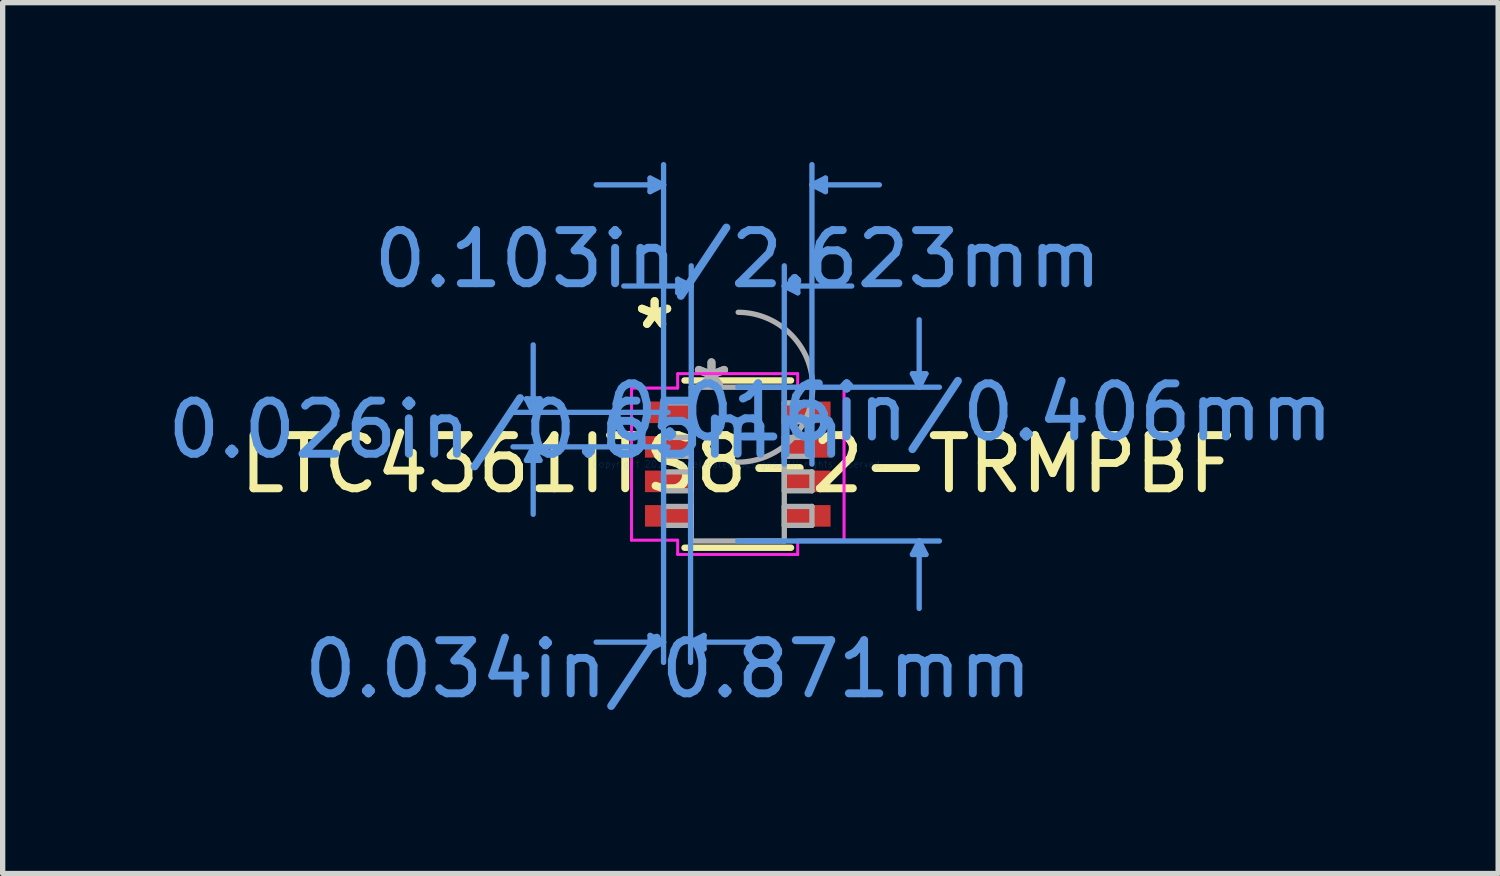
<source format=kicad_pcb>
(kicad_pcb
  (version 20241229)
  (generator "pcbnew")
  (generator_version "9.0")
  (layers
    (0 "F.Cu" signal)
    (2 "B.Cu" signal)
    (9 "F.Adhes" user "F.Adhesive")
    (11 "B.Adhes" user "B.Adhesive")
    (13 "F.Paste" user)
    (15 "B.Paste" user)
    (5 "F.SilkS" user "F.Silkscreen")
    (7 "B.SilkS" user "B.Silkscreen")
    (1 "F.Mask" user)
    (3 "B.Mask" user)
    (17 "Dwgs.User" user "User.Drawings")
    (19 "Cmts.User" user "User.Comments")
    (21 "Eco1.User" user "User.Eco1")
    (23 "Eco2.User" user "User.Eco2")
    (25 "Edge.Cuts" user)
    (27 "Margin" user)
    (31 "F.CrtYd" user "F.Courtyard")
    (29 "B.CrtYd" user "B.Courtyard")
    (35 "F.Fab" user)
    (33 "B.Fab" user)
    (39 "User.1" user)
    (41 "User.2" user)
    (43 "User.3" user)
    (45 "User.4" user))
  (footprint "LTC4361ITS8-2-TRMPBF"
    (layer "F.Cu")
    (at 10.842 5.689)
    (property "Reference" "LTC4361ITS8-2-TRMPBF" (at 0 0 0) (layer "F.SilkS") (effects (font (size 1 1) (thickness 0.15))))
    (attr through_hole)
    (fp_line (start -1.003 1.575) (end 1.003 1.575) (stroke (width 0.12) (type solid)) (layer "F.SilkS"))
    (fp_line (start 1.003 -1.575) (end -1.003 -1.575) (stroke (width 0.12) (type solid)) (layer "F.SilkS"))
    (fp_line (start -3.979 -1.229) (end -3.725 -1.229) (stroke (width 0.1) (type solid)) (layer "Cmts.User"))
    (fp_line (start -3.979 -0.071) (end -3.725 -0.071) (stroke (width 0.1) (type solid)) (layer "Cmts.User"))
    (fp_line (start -3.852 -0.975) (end -3.979 -1.229) (stroke (width 0.1) (type solid)) (layer "Cmts.User"))
    (fp_line (start -3.852 -0.975) (end -3.852 -2.245) (stroke (width 0.1) (type solid)) (layer "Cmts.User"))
    (fp_line (start -3.852 -0.975) (end -3.725 -1.229) (stroke (width 0.1) (type solid)) (layer "Cmts.User"))
    (fp_line (start -3.852 -0.325) (end -3.979 -0.071) (stroke (width 0.1) (type solid)) (layer "Cmts.User"))
    (fp_line (start -3.852 -0.325) (end -3.852 0.945) (stroke (width 0.1) (type solid)) (layer "Cmts.User"))
    (fp_line (start -3.852 -0.325) (end -3.725 -0.071) (stroke (width 0.1) (type solid)) (layer "Cmts.User"))
    (fp_line (start -1.651 -5.385) (end -1.651 -5.131) (stroke (width 0.1) (type solid)) (layer "Cmts.User"))
    (fp_line (start -1.651 3.226) (end -1.651 3.48) (stroke (width 0.1) (type solid)) (layer "Cmts.User"))
    (fp_line (start -1.397 -5.258) (end -2.667 -5.258) (stroke (width 0.1) (type solid)) (layer "Cmts.User"))
    (fp_line (start -1.397 -5.258) (end -1.651 -5.385) (stroke (width 0.1) (type solid)) (layer "Cmts.User"))
    (fp_line (start -1.397 -5.258) (end -1.651 -5.131) (stroke (width 0.1) (type solid)) (layer "Cmts.User"))
    (fp_line (start -1.397 0) (end -1.397 -5.639) (stroke (width 0.1) (type solid)) (layer "Cmts.User"))
    (fp_line (start -1.397 0) (end -1.397 3.734) (stroke (width 0.1) (type solid)) (layer "Cmts.User"))
    (fp_line (start -1.397 3.353) (end -2.667 3.353) (stroke (width 0.1) (type solid)) (layer "Cmts.User"))
    (fp_line (start -1.397 3.353) (end -1.651 3.226) (stroke (width 0.1) (type solid)) (layer "Cmts.User"))
    (fp_line (start -1.397 3.353) (end -1.651 3.48) (stroke (width 0.1) (type solid)) (layer "Cmts.User"))
    (fp_line (start -1.312 -0.975) (end -4.233 -0.975) (stroke (width 0.1) (type solid)) (layer "Cmts.User"))
    (fp_line (start -1.312 -0.325) (end -4.233 -0.325) (stroke (width 0.1) (type solid)) (layer "Cmts.User"))
    (fp_line (start -1.13 -3.48) (end -1.13 -3.226) (stroke (width 0.1) (type solid)) (layer "Cmts.User"))
    (fp_line (start -0.889 0) (end -0.889 3.734) (stroke (width 0.1) (type solid)) (layer "Cmts.User"))
    (fp_line (start -0.889 3.353) (end -0.635 3.226) (stroke (width 0.1) (type solid)) (layer "Cmts.User"))
    (fp_line (start -0.889 3.353) (end -0.635 3.48) (stroke (width 0.1) (type solid)) (layer "Cmts.User"))
    (fp_line (start -0.889 3.353) (end 0.381 3.353) (stroke (width 0.1) (type solid)) (layer "Cmts.User"))
    (fp_line (start -0.876 -3.353) (end -2.146 -3.353) (stroke (width 0.1) (type solid)) (layer "Cmts.User"))
    (fp_line (start -0.876 -3.353) (end -1.13 -3.48) (stroke (width 0.1) (type solid)) (layer "Cmts.User"))
    (fp_line (start -0.876 -3.353) (end -1.13 -3.226) (stroke (width 0.1) (type solid)) (layer "Cmts.User"))
    (fp_line (start -0.876 0) (end -0.876 -3.734) (stroke (width 0.1) (type solid)) (layer "Cmts.User"))
    (fp_line (start -0.635 3.226) (end -0.635 3.48) (stroke (width 0.1) (type solid)) (layer "Cmts.User"))
    (fp_line (start 0 -1.448) (end 3.797 -1.448) (stroke (width 0.1) (type solid)) (layer "Cmts.User"))
    (fp_line (start 0 1.448) (end 3.797 1.448) (stroke (width 0.1) (type solid)) (layer "Cmts.User"))
    (fp_line (start 0.876 -3.353) (end 1.13 -3.48) (stroke (width 0.1) (type solid)) (layer "Cmts.User"))
    (fp_line (start 0.876 -3.353) (end 1.13 -3.226) (stroke (width 0.1) (type solid)) (layer "Cmts.User"))
    (fp_line (start 0.876 -3.353) (end 2.146 -3.353) (stroke (width 0.1) (type solid)) (layer "Cmts.User"))
    (fp_line (start 0.876 0) (end 0.876 -3.734) (stroke (width 0.1) (type solid)) (layer "Cmts.User"))
    (fp_line (start 1.13 -3.48) (end 1.13 -3.226) (stroke (width 0.1) (type solid)) (layer "Cmts.User"))
    (fp_line (start 1.397 -5.258) (end 1.651 -5.385) (stroke (width 0.1) (type solid)) (layer "Cmts.User"))
    (fp_line (start 1.397 -5.258) (end 1.651 -5.131) (stroke (width 0.1) (type solid)) (layer "Cmts.User"))
    (fp_line (start 1.397 -5.258) (end 2.667 -5.258) (stroke (width 0.1) (type solid)) (layer "Cmts.User"))
    (fp_line (start 1.397 0) (end 1.397 -5.639) (stroke (width 0.1) (type solid)) (layer "Cmts.User"))
    (fp_line (start 1.651 -5.385) (end 1.651 -5.131) (stroke (width 0.1) (type solid)) (layer "Cmts.User"))
    (fp_line (start 3.289 -1.702) (end 3.543 -1.702) (stroke (width 0.1) (type solid)) (layer "Cmts.User"))
    (fp_line (start 3.289 1.702) (end 3.543 1.702) (stroke (width 0.1) (type solid)) (layer "Cmts.User"))
    (fp_line (start 3.416 -1.448) (end 3.289 -1.702) (stroke (width 0.1) (type solid)) (layer "Cmts.User"))
    (fp_line (start 3.416 -1.448) (end 3.416 -2.718) (stroke (width 0.1) (type solid)) (layer "Cmts.User"))
    (fp_line (start 3.416 -1.448) (end 3.543 -1.702) (stroke (width 0.1) (type solid)) (layer "Cmts.User"))
    (fp_line (start 3.416 1.448) (end 3.289 1.702) (stroke (width 0.1) (type solid)) (layer "Cmts.User"))
    (fp_line (start 3.416 1.448) (end 3.416 2.718) (stroke (width 0.1) (type solid)) (layer "Cmts.User"))
    (fp_line (start 3.416 1.448) (end 3.543 1.702) (stroke (width 0.1) (type solid)) (layer "Cmts.User"))
    (fp_line (start -2.001 -1.432) (end -1.13 -1.432) (stroke (width 0.05) (type solid)) (layer "F.CrtYd"))
    (fp_line (start -2.001 -1.432) (end -1.13 -1.432) (stroke (width 0.05) (type solid)) (layer "F.CrtYd"))
    (fp_line (start -2.001 1.432) (end -2.001 -1.432) (stroke (width 0.05) (type solid)) (layer "F.CrtYd"))
    (fp_line (start -2.001 1.432) (end -2.001 -1.432) (stroke (width 0.05) (type solid)) (layer "F.CrtYd"))
    (fp_line (start -2.001 1.432) (end -1.13 1.432) (stroke (width 0.05) (type solid)) (layer "F.CrtYd"))
    (fp_line (start -1.13 -1.702) (end 1.13 -1.702) (stroke (width 0.05) (type solid)) (layer "F.CrtYd"))
    (fp_line (start -1.13 -1.702) (end 1.13 -1.702) (stroke (width 0.05) (type solid)) (layer "F.CrtYd"))
    (fp_line (start -1.13 -1.432) (end -1.13 -1.702) (stroke (width 0.05) (type solid)) (layer "F.CrtYd"))
    (fp_line (start -1.13 -1.432) (end -1.13 -1.702) (stroke (width 0.05) (type solid)) (layer "F.CrtYd"))
    (fp_line (start -1.13 1.432) (end -2.001 1.432) (stroke (width 0.05) (type solid)) (layer "F.CrtYd"))
    (fp_line (start -1.13 1.702) (end -1.13 1.432) (stroke (width 0.05) (type solid)) (layer "F.CrtYd"))
    (fp_line (start -1.13 1.702) (end -1.13 1.432) (stroke (width 0.05) (type solid)) (layer "F.CrtYd"))
    (fp_line (start 1.13 -1.702) (end 1.13 -1.432) (stroke (width 0.05) (type solid)) (layer "F.CrtYd"))
    (fp_line (start 1.13 -1.702) (end 1.13 -1.432) (stroke (width 0.05) (type solid)) (layer "F.CrtYd"))
    (fp_line (start 1.13 -1.432) (end 2.001 -1.432) (stroke (width 0.05) (type solid)) (layer "F.CrtYd"))
    (fp_line (start 1.13 1.432) (end 1.13 1.702) (stroke (width 0.05) (type solid)) (layer "F.CrtYd"))
    (fp_line (start 1.13 1.432) (end 1.13 1.702) (stroke (width 0.05) (type solid)) (layer "F.CrtYd"))
    (fp_line (start 1.13 1.702) (end -1.13 1.702) (stroke (width 0.05) (type solid)) (layer "F.CrtYd"))
    (fp_line (start 1.13 1.702) (end -1.13 1.702) (stroke (width 0.05) (type solid)) (layer "F.CrtYd"))
    (fp_line (start 2.001 -1.432) (end 1.13 -1.432) (stroke (width 0.05) (type solid)) (layer "F.CrtYd"))
    (fp_line (start 2.001 -1.432) (end 2.001 1.432) (stroke (width 0.05) (type solid)) (layer "F.CrtYd"))
    (fp_line (start 2.001 -1.432) (end 2.001 1.432) (stroke (width 0.05) (type solid)) (layer "F.CrtYd"))
    (fp_line (start 2.001 1.432) (end 1.13 1.432) (stroke (width 0.05) (type solid)) (layer "F.CrtYd"))
    (fp_line (start 2.001 1.432) (end 1.13 1.432) (stroke (width 0.05) (type solid)) (layer "F.CrtYd"))
    (fp_line (start -1.397 -1.153) (end -1.397 -0.797) (stroke (width 0.1) (type solid)) (layer "F.Fab"))
    (fp_line (start -1.397 -0.797) (end -0.876 -0.797) (stroke (width 0.1) (type solid)) (layer "F.Fab"))
    (fp_line (start -1.397 -0.503) (end -1.397 -0.147) (stroke (width 0.1) (type solid)) (layer "F.Fab"))
    (fp_line (start -1.397 -0.147) (end -0.876 -0.147) (stroke (width 0.1) (type solid)) (layer "F.Fab"))
    (fp_line (start -1.397 0.147) (end -1.397 0.503) (stroke (width 0.1) (type solid)) (layer "F.Fab"))
    (fp_line (start -1.397 0.503) (end -0.876 0.503) (stroke (width 0.1) (type solid)) (layer "F.Fab"))
    (fp_line (start -1.397 0.797) (end -1.397 1.153) (stroke (width 0.1) (type solid)) (layer "F.Fab"))
    (fp_line (start -1.397 1.153) (end -0.876 1.153) (stroke (width 0.1) (type solid)) (layer "F.Fab"))
    (fp_line (start -0.876 -1.448) (end -0.876 1.448) (stroke (width 0.1) (type solid)) (layer "F.Fab"))
    (fp_line (start -0.876 -1.153) (end -1.397 -1.153) (stroke (width 0.1) (type solid)) (layer "F.Fab"))
    (fp_line (start -0.876 -0.797) (end -0.876 -1.153) (stroke (width 0.1) (type solid)) (layer "F.Fab"))
    (fp_line (start -0.876 -0.503) (end -1.397 -0.503) (stroke (width 0.1) (type solid)) (layer "F.Fab"))
    (fp_line (start -0.876 -0.147) (end -0.876 -0.503) (stroke (width 0.1) (type solid)) (layer "F.Fab"))
    (fp_line (start -0.876 0.147) (end -1.397 0.147) (stroke (width 0.1) (type solid)) (layer "F.Fab"))
    (fp_line (start -0.876 0.503) (end -0.876 0.147) (stroke (width 0.1) (type solid)) (layer "F.Fab"))
    (fp_line (start -0.876 0.797) (end -1.397 0.797) (stroke (width 0.1) (type solid)) (layer "F.Fab"))
    (fp_line (start -0.876 1.153) (end -0.876 0.797) (stroke (width 0.1) (type solid)) (layer "F.Fab"))
    (fp_line (start -0.876 1.448) (end 0.876 1.448) (stroke (width 0.1) (type solid)) (layer "F.Fab"))
    (fp_line (start 0.876 -1.448) (end -0.876 -1.448) (stroke (width 0.1) (type solid)) (layer "F.Fab"))
    (fp_line (start 0.876 -1.153) (end 0.876 -0.797) (stroke (width 0.1) (type solid)) (layer "F.Fab"))
    (fp_line (start 0.876 -0.797) (end 1.397 -0.797) (stroke (width 0.1) (type solid)) (layer "F.Fab"))
    (fp_line (start 0.876 -0.503) (end 0.876 -0.147) (stroke (width 0.1) (type solid)) (layer "F.Fab"))
    (fp_line (start 0.876 -0.147) (end 1.397 -0.147) (stroke (width 0.1) (type solid)) (layer "F.Fab"))
    (fp_line (start 0.876 0.147) (end 0.876 0.503) (stroke (width 0.1) (type solid)) (layer "F.Fab"))
    (fp_line (start 0.876 0.503) (end 1.397 0.503) (stroke (width 0.1) (type solid)) (layer "F.Fab"))
    (fp_line (start 0.876 0.797) (end 0.876 1.153) (stroke (width 0.1) (type solid)) (layer "F.Fab"))
    (fp_line (start 0.876 1.153) (end 1.397 1.153) (stroke (width 0.1) (type solid)) (layer "F.Fab"))
    (fp_line (start 0.876 1.448) (end 0.876 -1.448) (stroke (width 0.1) (type solid)) (layer "F.Fab"))
    (fp_line (start 1.397 -1.153) (end 0.876 -1.153) (stroke (width 0.1) (type solid)) (layer "F.Fab"))
    (fp_line (start 1.397 -0.797) (end 1.397 -1.153) (stroke (width 0.1) (type solid)) (layer "F.Fab"))
    (fp_line (start 1.397 -0.503) (end 0.876 -0.503) (stroke (width 0.1) (type solid)) (layer "F.Fab"))
    (fp_line (start 1.397 -0.147) (end 1.397 -0.503) (stroke (width 0.1) (type solid)) (layer "F.Fab"))
    (fp_line (start 1.397 0.147) (end 0.876 0.147) (stroke (width 0.1) (type solid)) (layer "F.Fab"))
    (fp_line (start 1.397 0.503) (end 1.397 0.147) (stroke (width 0.1) (type solid)) (layer "F.Fab"))
    (fp_line (start 1.397 0.797) (end 0.876 0.797) (stroke (width 0.1) (type solid)) (layer "F.Fab"))
    (fp_line (start 1.397 1.153) (end 1.397 0.797) (stroke (width 0.1) (type solid)) (layer "F.Fab"))
    (fp_arc (start 0.007742 -2.858826) (mid 1.411026 -1.440058) (end -0.007742 -0.036774) (stroke (width 0.1) (type solid)) (layer "F.Fab"))
    (fp_text user "*" (at -1.566 -2.524 0) (layer "F.SilkS") (effects (font (size 1 1) (thickness 0.15))))
    (fp_text user "*" (at -1.566 -2.524 0) (layer "F.SilkS") (effects (font (size 1 1) (thickness 0.15))))
    (fp_text user "0.034in/0.871mm" (at -1.312 3.861 0) (layer "Cmts.User") (effects (font (size 1 1) (thickness 0.15))))
    (fp_text user "0.026in/0.65mm" (at -4.36 -0.65 0) (layer "Cmts.User") (effects (font (size 1 1) (thickness 0.15))))
    (fp_text user "0.103in/2.623mm" (at 0 -3.861 0) (layer "Cmts.User") (effects (font (size 1 1) (thickness 0.15))))
    (fp_text user "Copyright 2021 Accelerated Designs. All rights reserved." (at 0 0 0) (layer "Cmts.User") (effects (font (size 0.127 0.127) (thickness 0.002))))
    (fp_text user "0.016in/0.406mm" (at 4.36 -0.975 0) (layer "Cmts.User") (effects (font (size 1 1) (thickness 0.15))))
    (fp_text user "*" (at -0.495 -1.372 0) (layer "F.Fab") (effects (font (size 1 1) (thickness 0.15))))
    (fp_text user "*" (at -0.495 -1.372 0) (layer "F.Fab") (effects (font (size 1 1) (thickness 0.15))))
    (pad "1" smd rect (at -1.312 -0.975) (size 0.871 0.406) (layers "F.Cu" "F.Mask" "F.Paste"))
    (pad "2" smd rect (at -1.312 -0.325) (size 0.871 0.406) (layers "F.Cu" "F.Mask" "F.Paste"))
    (pad "3" smd rect (at -1.312 0.325) (size 0.871 0.406) (layers "F.Cu" "F.Mask" "F.Paste"))
    (pad "4" smd rect (at -1.312 0.975) (size 0.871 0.406) (layers "F.Cu" "F.Mask" "F.Paste"))
    (pad "5" smd rect (at 1.312 0.975) (size 0.871 0.406) (layers "F.Cu" "F.Mask" "F.Paste"))
    (pad "6" smd rect (at 1.312 0.325) (size 0.871 0.406) (layers "F.Cu" "F.Mask" "F.Paste"))
    (pad "7" smd rect (at 1.312 -0.325) (size 0.871 0.406) (layers "F.Cu" "F.Mask" "F.Paste"))
    (pad "8" smd rect (at 1.312 -0.975) (size 0.871 0.406) (layers "F.Cu" "F.Mask" "F.Paste")))
  (gr_rect
    (start -3 -3)
    (end 25.16 13.398)
    (stroke (width 0.1) (type default))
    (fill no)
    (layer "Edge.Cuts")))
</source>
